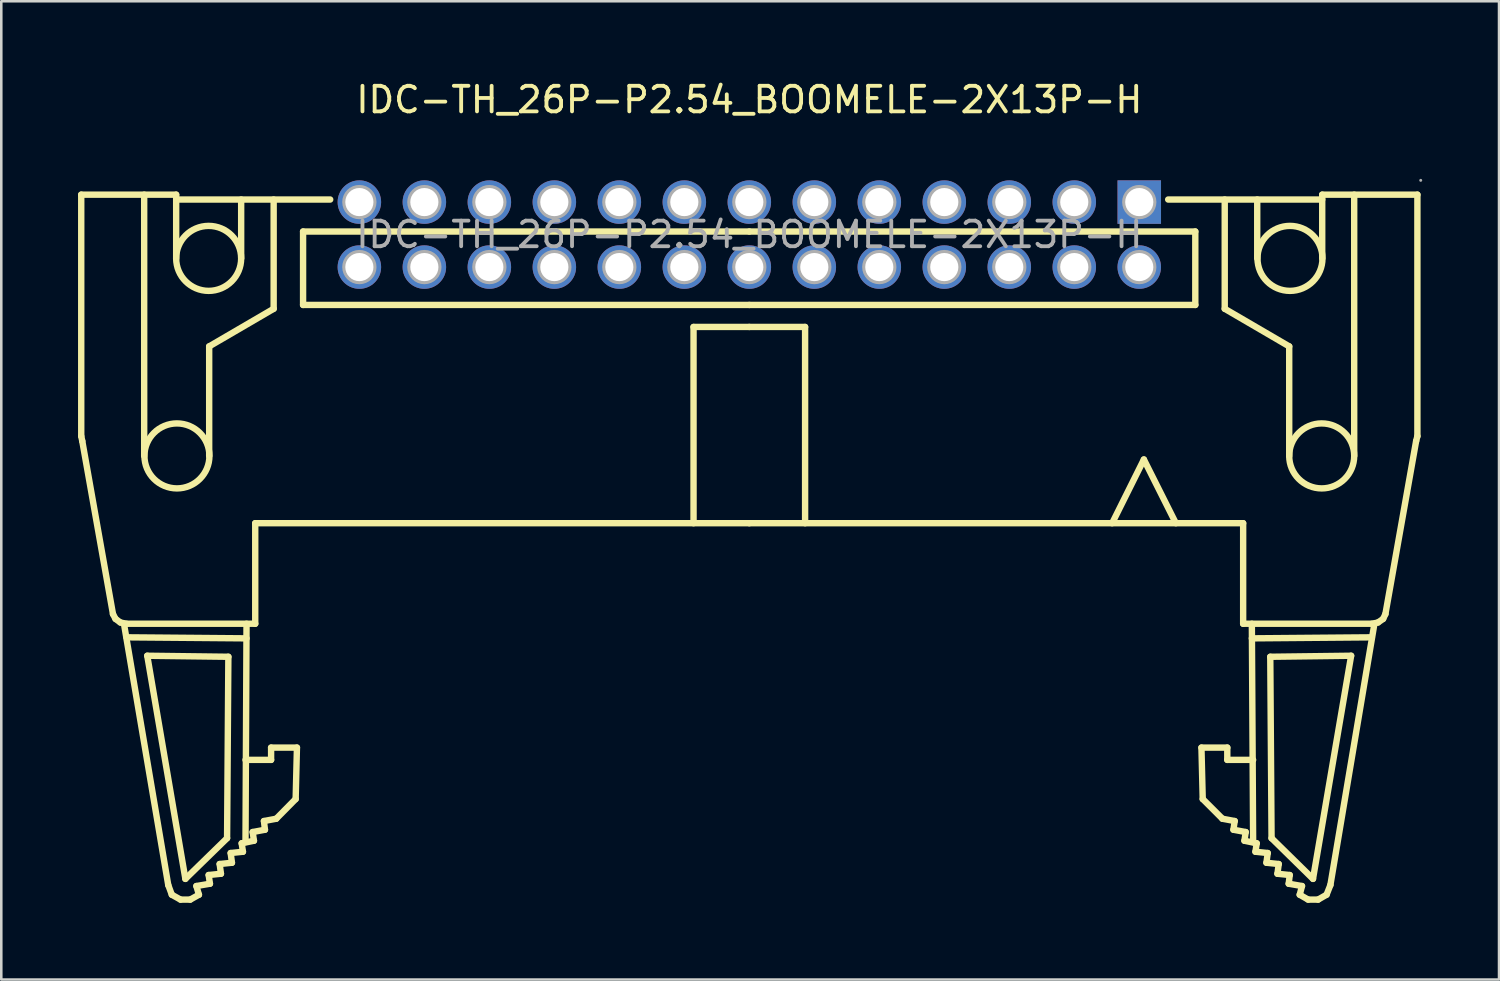
<source format=kicad_pcb>
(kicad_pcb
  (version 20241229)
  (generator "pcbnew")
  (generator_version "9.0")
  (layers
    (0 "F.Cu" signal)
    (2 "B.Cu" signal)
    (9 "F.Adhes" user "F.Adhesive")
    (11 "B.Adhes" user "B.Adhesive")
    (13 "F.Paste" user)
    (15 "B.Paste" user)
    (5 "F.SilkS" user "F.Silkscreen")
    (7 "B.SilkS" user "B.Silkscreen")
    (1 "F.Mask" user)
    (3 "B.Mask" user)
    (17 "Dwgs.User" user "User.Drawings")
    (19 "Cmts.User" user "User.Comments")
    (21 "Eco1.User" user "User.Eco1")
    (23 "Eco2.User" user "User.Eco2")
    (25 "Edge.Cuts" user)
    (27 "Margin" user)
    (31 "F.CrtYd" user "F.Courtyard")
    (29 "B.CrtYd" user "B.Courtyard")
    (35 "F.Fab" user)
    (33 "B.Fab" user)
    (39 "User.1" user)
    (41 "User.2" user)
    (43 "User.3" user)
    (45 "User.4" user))
  (footprint "IDC-TH_26P-P2.54_BOOMELE-2X13P-H"
    (layer "F.Cu")
    (at 26.235 6.118)
    (property "Reference" "IDC-TH_26P-P2.54_BOOMELE-2X13P-H" (at 0 -5.27 0) (layer "F.SilkS") (effects (font (size 1 1) (thickness 0.15))))
    (attr through_hole)
    (fp_line (start -26.11 -1.56) (end -22.4 -1.56) (stroke (width 0.25) (type solid)) (layer "F.SilkS"))
    (fp_line (start -26.11 7.88) (end -26.11 -1.56) (stroke (width 0.25) (type solid)) (layer "F.SilkS"))
    (fp_line (start -26.07 8.07) (end -26.11 7.88) (stroke (width 0.25) (type solid)) (layer "F.SilkS"))
    (fp_line (start -26.07 8.07) (end -24.87 14.83) (stroke (width 0.25) (type solid)) (layer "F.SilkS"))
    (fp_line (start -24.77 15.02) (end -24.87 14.83) (stroke (width 0.25) (type solid)) (layer "F.SilkS"))
    (fp_line (start -24.58 15.16) (end -24.77 15.02) (stroke (width 0.25) (type solid)) (layer "F.SilkS"))
    (fp_line (start -24.34 15.21) (end -24.58 15.16) (stroke (width 0.25) (type solid)) (layer "F.SilkS"))
    (fp_line (start -24.34 15.21) (end -19.31 15.21) (stroke (width 0.25) (type solid)) (layer "F.SilkS"))
    (fp_line (start -24.34 15.74) (end -19.65 15.78) (stroke (width 0.25) (type solid)) (layer "F.SilkS"))
    (fp_line (start -23.65 8.65) (end -23.65 -1.56) (stroke (width 0.25) (type solid)) (layer "F.SilkS"))
    (fp_line (start -23.53 16.46) (end -20.36 16.5) (stroke (width 0.25) (type solid)) (layer "F.SilkS"))
    (fp_line (start -22.71 25.42) (end -24.44 15.21) (stroke (width 0.25) (type solid)) (layer "F.SilkS"))
    (fp_line (start -22.57 25.8) (end -22.71 25.42) (stroke (width 0.25) (type solid)) (layer "F.SilkS"))
    (fp_line (start -22.4 -1.37) (end -16.38 -1.37) (stroke (width 0.25) (type solid)) (layer "F.SilkS"))
    (fp_line (start -22.4 0.93) (end -22.4 -1.56) (stroke (width 0.25) (type solid)) (layer "F.SilkS"))
    (fp_line (start -22.23 25.99) (end -22.57 25.8) (stroke (width 0.25) (type solid)) (layer "F.SilkS"))
    (fp_line (start -22.04 25.18) (end -23.53 16.46) (stroke (width 0.25) (type solid)) (layer "F.SilkS"))
    (fp_line (start -22.04 25.18) (end -20.41 23.59) (stroke (width 0.25) (type solid)) (layer "F.SilkS"))
    (fp_line (start -21.85 25.99) (end -22.23 25.99) (stroke (width 0.25) (type solid)) (layer "F.SilkS"))
    (fp_line (start -21.61 25.46) (end -21.51 25.8) (stroke (width 0.25) (type solid)) (layer "F.SilkS"))
    (fp_line (start -21.51 25.8) (end -21.85 25.99) (stroke (width 0.25) (type solid)) (layer "F.SilkS"))
    (fp_line (start -21.13 25.03) (end -21.08 25.37) (stroke (width 0.25) (type solid)) (layer "F.SilkS"))
    (fp_line (start -21.11 8.65) (end -21.11 4.37) (stroke (width 0.25) (type solid)) (layer "F.SilkS"))
    (fp_line (start -21.08 25.37) (end -21.61 25.46) (stroke (width 0.25) (type solid)) (layer "F.SilkS"))
    (fp_line (start -20.7 24.6) (end -20.65 24.98) (stroke (width 0.25) (type solid)) (layer "F.SilkS"))
    (fp_line (start -20.65 24.98) (end -21.13 25.03) (stroke (width 0.25) (type solid)) (layer "F.SilkS"))
    (fp_line (start -20.41 23.59) (end -20.36 16.5) (stroke (width 0.25) (type solid)) (layer "F.SilkS"))
    (fp_line (start -20.27 24.17) (end -19.79 24.12) (stroke (width 0.25) (type solid)) (layer "F.SilkS"))
    (fp_line (start -20.22 24.55) (end -20.7 24.6) (stroke (width 0.25) (type solid)) (layer "F.SilkS"))
    (fp_line (start -20.22 24.55) (end -20.27 24.17) (stroke (width 0.25) (type solid)) (layer "F.SilkS"))
    (fp_line (start -19.86 0.93) (end -19.86 -1.37) (stroke (width 0.25) (type solid)) (layer "F.SilkS"))
    (fp_line (start -19.79 24.12) (end -19.84 23.79) (stroke (width 0.25) (type solid)) (layer "F.SilkS"))
    (fp_line (start -19.69 23.74) (end -19.65 15.21) (stroke (width 0.25) (type solid)) (layer "F.SilkS"))
    (fp_line (start -19.41 23.35) (end -18.93 23.26) (stroke (width 0.25) (type solid)) (layer "F.SilkS"))
    (fp_line (start -19.36 23.69) (end -19.84 23.79) (stroke (width 0.25) (type solid)) (layer "F.SilkS"))
    (fp_line (start -19.36 23.69) (end -19.41 23.35) (stroke (width 0.25) (type solid)) (layer "F.SilkS"))
    (fp_line (start -19.31 11.28) (end -19.31 15.21) (stroke (width 0.25) (type solid)) (layer "F.SilkS"))
    (fp_line (start -18.97 22.92) (end -18.49 22.83) (stroke (width 0.25) (type solid)) (layer "F.SilkS"))
    (fp_line (start -18.93 23.26) (end -18.97 22.92) (stroke (width 0.25) (type solid)) (layer "F.SilkS"))
    (fp_line (start -18.69 20.05) (end -18.69 20.53) (stroke (width 0.25) (type solid)) (layer "F.SilkS"))
    (fp_line (start -18.69 20.53) (end -19.69 20.53) (stroke (width 0.25) (type solid)) (layer "F.SilkS"))
    (fp_line (start -18.59 2.9) (end -21.11 4.37) (stroke (width 0.25) (type solid)) (layer "F.SilkS"))
    (fp_line (start -18.59 2.9) (end -18.59 -1.37) (stroke (width 0.25) (type solid)) (layer "F.SilkS"))
    (fp_line (start -18.49 22.83) (end -17.73 22.06) (stroke (width 0.25) (type solid)) (layer "F.SilkS"))
    (fp_line (start -17.73 22.06) (end -17.68 20.05) (stroke (width 0.25) (type solid)) (layer "F.SilkS"))
    (fp_line (start -17.68 20.05) (end -18.69 20.05) (stroke (width 0.25) (type solid)) (layer "F.SilkS"))
    (fp_line (start -17.44 -0.12) (end -17.44 2.75) (stroke (width 0.25) (type solid)) (layer "F.SilkS"))
    (fp_line (start -17.44 -0.12) (end 0 -0.12) (stroke (width 0.25) (type solid)) (layer "F.SilkS"))
    (fp_line (start -17.44 2.75) (end 0 2.75) (stroke (width 0.25) (type solid)) (layer "F.SilkS"))
    (fp_line (start -2.18 3.61) (end 0 3.61) (stroke (width 0.25) (type solid)) (layer "F.SilkS"))
    (fp_line (start -2.18 11.28) (end -2.18 3.61) (stroke (width 0.25) (type solid)) (layer "F.SilkS"))
    (fp_line (start 0 11.28) (end -19.31 11.28) (stroke (width 0.25) (type solid)) (layer "F.SilkS"))
    (fp_line (start 0 11.28) (end 19.3 11.28) (stroke (width 0.25) (type solid)) (layer "F.SilkS"))
    (fp_line (start 2.18 3.61) (end 0 3.61) (stroke (width 0.25) (type solid)) (layer "F.SilkS"))
    (fp_line (start 2.18 11.28) (end 2.18 3.61) (stroke (width 0.25) (type solid)) (layer "F.SilkS"))
    (fp_line (start 14.18 11.28) (end 15.42 8.79) (stroke (width 0.25) (type solid)) (layer "F.SilkS"))
    (fp_line (start 15.42 8.79) (end 16.67 11.28) (stroke (width 0.25) (type solid)) (layer "F.SilkS"))
    (fp_line (start 17.43 -0.12) (end 0 -0.12) (stroke (width 0.25) (type solid)) (layer "F.SilkS"))
    (fp_line (start 17.43 -0.12) (end 17.43 2.75) (stroke (width 0.25) (type solid)) (layer "F.SilkS"))
    (fp_line (start 17.43 2.75) (end 0 2.75) (stroke (width 0.25) (type solid)) (layer "F.SilkS"))
    (fp_line (start 17.67 20.05) (end 18.68 20.05) (stroke (width 0.25) (type solid)) (layer "F.SilkS"))
    (fp_line (start 17.72 22.06) (end 17.67 20.05) (stroke (width 0.25) (type solid)) (layer "F.SilkS"))
    (fp_line (start 18.49 22.83) (end 17.72 22.06) (stroke (width 0.25) (type solid)) (layer "F.SilkS"))
    (fp_line (start 18.58 2.9) (end 18.58 -1.37) (stroke (width 0.25) (type solid)) (layer "F.SilkS"))
    (fp_line (start 18.58 2.9) (end 21.1 4.37) (stroke (width 0.25) (type solid)) (layer "F.SilkS"))
    (fp_line (start 18.68 20.05) (end 18.68 20.53) (stroke (width 0.25) (type solid)) (layer "F.SilkS"))
    (fp_line (start 18.68 20.53) (end 19.69 20.53) (stroke (width 0.25) (type solid)) (layer "F.SilkS"))
    (fp_line (start 18.92 23.26) (end 18.97 22.92) (stroke (width 0.25) (type solid)) (layer "F.SilkS"))
    (fp_line (start 18.97 22.92) (end 18.49 22.83) (stroke (width 0.25) (type solid)) (layer "F.SilkS"))
    (fp_line (start 19.3 11.28) (end 19.3 15.21) (stroke (width 0.25) (type solid)) (layer "F.SilkS"))
    (fp_line (start 19.35 23.69) (end 19.4 23.35) (stroke (width 0.25) (type solid)) (layer "F.SilkS"))
    (fp_line (start 19.35 23.69) (end 19.83 23.79) (stroke (width 0.25) (type solid)) (layer "F.SilkS"))
    (fp_line (start 19.4 23.35) (end 18.92 23.26) (stroke (width 0.25) (type solid)) (layer "F.SilkS"))
    (fp_line (start 19.69 23.74) (end 19.64 15.21) (stroke (width 0.25) (type solid)) (layer "F.SilkS"))
    (fp_line (start 19.78 24.12) (end 19.83 23.79) (stroke (width 0.25) (type solid)) (layer "F.SilkS"))
    (fp_line (start 19.85 0.93) (end 19.85 -1.37) (stroke (width 0.25) (type solid)) (layer "F.SilkS"))
    (fp_line (start 20.21 24.55) (end 20.26 24.17) (stroke (width 0.25) (type solid)) (layer "F.SilkS"))
    (fp_line (start 20.21 24.55) (end 20.69 24.6) (stroke (width 0.25) (type solid)) (layer "F.SilkS"))
    (fp_line (start 20.26 24.17) (end 19.78 24.12) (stroke (width 0.25) (type solid)) (layer "F.SilkS"))
    (fp_line (start 20.41 23.59) (end 20.36 16.5) (stroke (width 0.25) (type solid)) (layer "F.SilkS"))
    (fp_line (start 20.64 24.98) (end 21.12 25.03) (stroke (width 0.25) (type solid)) (layer "F.SilkS"))
    (fp_line (start 20.69 24.6) (end 20.64 24.98) (stroke (width 0.25) (type solid)) (layer "F.SilkS"))
    (fp_line (start 21.08 25.37) (end 21.6 25.46) (stroke (width 0.25) (type solid)) (layer "F.SilkS"))
    (fp_line (start 21.1 8.65) (end 21.1 4.37) (stroke (width 0.25) (type solid)) (layer "F.SilkS"))
    (fp_line (start 21.12 25.03) (end 21.08 25.37) (stroke (width 0.25) (type solid)) (layer "F.SilkS"))
    (fp_line (start 21.51 25.8) (end 21.84 25.99) (stroke (width 0.25) (type solid)) (layer "F.SilkS"))
    (fp_line (start 21.6 25.46) (end 21.51 25.8) (stroke (width 0.25) (type solid)) (layer "F.SilkS"))
    (fp_line (start 21.84 25.99) (end 22.23 25.99) (stroke (width 0.25) (type solid)) (layer "F.SilkS"))
    (fp_line (start 22.03 25.18) (end 20.41 23.59) (stroke (width 0.25) (type solid)) (layer "F.SilkS"))
    (fp_line (start 22.03 25.18) (end 23.52 16.46) (stroke (width 0.25) (type solid)) (layer "F.SilkS"))
    (fp_line (start 22.23 25.99) (end 22.56 25.8) (stroke (width 0.25) (type solid)) (layer "F.SilkS"))
    (fp_line (start 22.39 -1.37) (end 16.37 -1.37) (stroke (width 0.25) (type solid)) (layer "F.SilkS"))
    (fp_line (start 22.39 0.93) (end 22.39 -1.56) (stroke (width 0.25) (type solid)) (layer "F.SilkS"))
    (fp_line (start 22.56 25.8) (end 22.71 25.42) (stroke (width 0.25) (type solid)) (layer "F.SilkS"))
    (fp_line (start 22.71 25.42) (end 24.43 15.21) (stroke (width 0.25) (type solid)) (layer "F.SilkS"))
    (fp_line (start 23.52 16.46) (end 20.36 16.5) (stroke (width 0.25) (type solid)) (layer "F.SilkS"))
    (fp_line (start 23.64 8.65) (end 23.64 -1.56) (stroke (width 0.25) (type solid)) (layer "F.SilkS"))
    (fp_line (start 24.33 15.21) (end 19.3 15.21) (stroke (width 0.25) (type solid)) (layer "F.SilkS"))
    (fp_line (start 24.33 15.21) (end 24.57 15.16) (stroke (width 0.25) (type solid)) (layer "F.SilkS"))
    (fp_line (start 24.33 15.74) (end 19.64 15.78) (stroke (width 0.25) (type solid)) (layer "F.SilkS"))
    (fp_line (start 24.57 15.16) (end 24.77 15.02) (stroke (width 0.25) (type solid)) (layer "F.SilkS"))
    (fp_line (start 24.77 15.02) (end 24.86 14.83) (stroke (width 0.25) (type solid)) (layer "F.SilkS"))
    (fp_line (start 26.06 8.07) (end 24.86 14.83) (stroke (width 0.25) (type solid)) (layer "F.SilkS"))
    (fp_line (start 26.06 8.07) (end 26.11 7.88) (stroke (width 0.25) (type solid)) (layer "F.SilkS"))
    (fp_line (start 26.11 -1.56) (end 22.39 -1.56) (stroke (width 0.25) (type solid)) (layer "F.SilkS"))
    (fp_line (start 26.11 7.88) (end 26.11 -1.56) (stroke (width 0.25) (type solid)) (layer "F.SilkS"))
    (fp_circle (center -22.37 8.65) (end -21.1 8.65) (stroke (width 0.25) (type solid)) (fill no) (layer "F.SilkS"))
    (fp_circle (center -21.13 0.93) (end -19.86 0.93) (stroke (width 0.25) (type solid)) (fill no) (layer "F.SilkS"))
    (fp_circle (center 21.13 0.93) (end 22.4 0.93) (stroke (width 0.25) (type solid)) (fill no) (layer "F.SilkS"))
    (fp_circle (center 22.37 8.65) (end 23.64 8.65) (stroke (width 0.25) (type solid)) (fill no) (layer "F.SilkS"))
    (fp_circle (center -15.24 -1.27) (end -15.02 -1.27) (stroke (width 0.45) (type solid)) (fill no) (layer "F.Fab"))
    (fp_circle (center -15.24 1.27) (end -15.02 1.27) (stroke (width 0.45) (type solid)) (fill no) (layer "F.Fab"))
    (fp_circle (center -12.7 -1.27) (end -12.48 -1.27) (stroke (width 0.45) (type solid)) (fill no) (layer "F.Fab"))
    (fp_circle (center -12.7 1.27) (end -12.48 1.27) (stroke (width 0.45) (type solid)) (fill no) (layer "F.Fab"))
    (fp_circle (center -10.16 -1.27) (end -9.94 -1.27) (stroke (width 0.45) (type solid)) (fill no) (layer "F.Fab"))
    (fp_circle (center -10.16 1.27) (end -9.94 1.27) (stroke (width 0.45) (type solid)) (fill no) (layer "F.Fab"))
    (fp_circle (center -7.62 -1.27) (end -7.4 -1.27) (stroke (width 0.45) (type solid)) (fill no) (layer "F.Fab"))
    (fp_circle (center -7.62 1.27) (end -7.4 1.27) (stroke (width 0.45) (type solid)) (fill no) (layer "F.Fab"))
    (fp_circle (center -5.08 -1.27) (end -4.86 -1.27) (stroke (width 0.45) (type solid)) (fill no) (layer "F.Fab"))
    (fp_circle (center -5.08 1.27) (end -4.86 1.27) (stroke (width 0.45) (type solid)) (fill no) (layer "F.Fab"))
    (fp_circle (center -2.54 -1.27) (end -2.32 -1.27) (stroke (width 0.45) (type solid)) (fill no) (layer "F.Fab"))
    (fp_circle (center -2.54 1.27) (end -2.32 1.27) (stroke (width 0.45) (type solid)) (fill no) (layer "F.Fab"))
    (fp_circle (center 0 -1.27) (end 0.22 -1.27) (stroke (width 0.45) (type solid)) (fill no) (layer "F.Fab"))
    (fp_circle (center 0 1.27) (end 0.22 1.27) (stroke (width 0.45) (type solid)) (fill no) (layer "F.Fab"))
    (fp_circle (center 2.54 -1.27) (end 2.76 -1.27) (stroke (width 0.45) (type solid)) (fill no) (layer "F.Fab"))
    (fp_circle (center 2.54 1.27) (end 2.76 1.27) (stroke (width 0.45) (type solid)) (fill no) (layer "F.Fab"))
    (fp_circle (center 5.08 -1.27) (end 5.3 -1.27) (stroke (width 0.45) (type solid)) (fill no) (layer "F.Fab"))
    (fp_circle (center 5.08 1.27) (end 5.3 1.27) (stroke (width 0.45) (type solid)) (fill no) (layer "F.Fab"))
    (fp_circle (center 7.62 -1.27) (end 7.84 -1.27) (stroke (width 0.45) (type solid)) (fill no) (layer "F.Fab"))
    (fp_circle (center 7.62 1.27) (end 7.84 1.27) (stroke (width 0.45) (type solid)) (fill no) (layer "F.Fab"))
    (fp_circle (center 10.16 -1.27) (end 10.38 -1.27) (stroke (width 0.45) (type solid)) (fill no) (layer "F.Fab"))
    (fp_circle (center 10.16 1.27) (end 10.38 1.27) (stroke (width 0.45) (type solid)) (fill no) (layer "F.Fab"))
    (fp_circle (center 12.7 -1.27) (end 12.92 -1.27) (stroke (width 0.45) (type solid)) (fill no) (layer "F.Fab"))
    (fp_circle (center 12.7 1.27) (end 12.92 1.27) (stroke (width 0.45) (type solid)) (fill no) (layer "F.Fab"))
    (fp_circle (center 15.24 -1.27) (end 15.46 -1.27) (stroke (width 0.45) (type solid)) (fill no) (layer "F.Fab"))
    (fp_circle (center 15.24 1.27) (end 15.46 1.27) (stroke (width 0.45) (type solid)) (fill no) (layer "F.Fab"))
    (fp_circle (center 26.24 -2.12) (end 26.27 -2.12) (stroke (width 0.06) (type solid)) (fill no) (layer "F.Fab"))
    (fp_text user "${REFERENCE}" (at 0 0 0) (layer "F.Fab") (effects (font (size 1 1) (thickness 0.15))))
    (pad "1" thru_hole rect (at 15.24 -1.27) (size 1.7 1.7) (drill 1.1) (layers "*.Cu" "*.Paste" "*.Mask"))
    (pad "2" thru_hole circle (at 15.24 1.27) (size 1.7 1.7) (drill 1.1) (layers "*.Cu" "*.Paste" "*.Mask"))
    (pad "3" thru_hole circle (at 12.7 -1.27) (size 1.7 1.7) (drill 1.1) (layers "*.Cu" "*.Paste" "*.Mask"))
    (pad "4" thru_hole circle (at 12.7 1.27) (size 1.7 1.7) (drill 1.1) (layers "*.Cu" "*.Paste" "*.Mask"))
    (pad "5" thru_hole circle (at 10.16 -1.27) (size 1.7 1.7) (drill 1.1) (layers "*.Cu" "*.Paste" "*.Mask"))
    (pad "6" thru_hole circle (at 10.16 1.27) (size 1.7 1.7) (drill 1.1) (layers "*.Cu" "*.Paste" "*.Mask"))
    (pad "7" thru_hole circle (at 7.62 -1.27) (size 1.7 1.7) (drill 1.1) (layers "*.Cu" "*.Paste" "*.Mask"))
    (pad "8" thru_hole circle (at 7.62 1.27) (size 1.7 1.7) (drill 1.1) (layers "*.Cu" "*.Paste" "*.Mask"))
    (pad "9" thru_hole circle (at 5.08 -1.27) (size 1.7 1.7) (drill 1.1) (layers "*.Cu" "*.Paste" "*.Mask"))
    (pad "10" thru_hole circle (at 5.08 1.27) (size 1.7 1.7) (drill 1.1) (layers "*.Cu" "*.Paste" "*.Mask"))
    (pad "11" thru_hole circle (at 2.54 -1.27) (size 1.7 1.7) (drill 1.1) (layers "*.Cu" "*.Paste" "*.Mask"))
    (pad "12" thru_hole circle (at 2.54 1.27) (size 1.7 1.7) (drill 1.1) (layers "*.Cu" "*.Paste" "*.Mask"))
    (pad "13" thru_hole circle (at 0 -1.27) (size 1.7 1.7) (drill 1.1) (layers "*.Cu" "*.Paste" "*.Mask"))
    (pad "14" thru_hole circle (at 0 1.27) (size 1.7 1.7) (drill 1.1) (layers "*.Cu" "*.Paste" "*.Mask"))
    (pad "15" thru_hole circle (at -2.54 -1.27) (size 1.7 1.7) (drill 1.1) (layers "*.Cu" "*.Paste" "*.Mask"))
    (pad "16" thru_hole circle (at -2.54 1.27) (size 1.7 1.7) (drill 1.1) (layers "*.Cu" "*.Paste" "*.Mask"))
    (pad "17" thru_hole circle (at -5.08 -1.27) (size 1.7 1.7) (drill 1.1) (layers "*.Cu" "*.Paste" "*.Mask"))
    (pad "18" thru_hole circle (at -5.08 1.27) (size 1.7 1.7) (drill 1.1) (layers "*.Cu" "*.Paste" "*.Mask"))
    (pad "19" thru_hole circle (at -7.62 -1.27) (size 1.7 1.7) (drill 1.1) (layers "*.Cu" "*.Paste" "*.Mask"))
    (pad "20" thru_hole circle (at -7.62 1.27) (size 1.7 1.7) (drill 1.1) (layers "*.Cu" "*.Paste" "*.Mask"))
    (pad "21" thru_hole circle (at -10.16 -1.27) (size 1.7 1.7) (drill 1.1) (layers "*.Cu" "*.Paste" "*.Mask"))
    (pad "22" thru_hole circle (at -10.16 1.27) (size 1.7 1.7) (drill 1.1) (layers "*.Cu" "*.Paste" "*.Mask"))
    (pad "23" thru_hole circle (at -12.7 -1.27) (size 1.7 1.7) (drill 1.1) (layers "*.Cu" "*.Paste" "*.Mask"))
    (pad "24" thru_hole circle (at -12.7 1.27) (size 1.7 1.7) (drill 1.1) (layers "*.Cu" "*.Paste" "*.Mask"))
    (pad "25" thru_hole circle (at -15.24 -1.27) (size 1.7 1.7) (drill 1.1) (layers "*.Cu" "*.Paste" "*.Mask"))
    (pad "26" thru_hole circle (at -15.24 1.27) (size 1.7 1.7) (drill 1.1) (layers "*.Cu" "*.Paste" "*.Mask")))
  (gr_rect
    (start -3 -3)
    (end 55.535 35.233)
    (stroke (width 0.1) (type default))
    (fill no)
    (layer "Edge.Cuts")))
</source>
